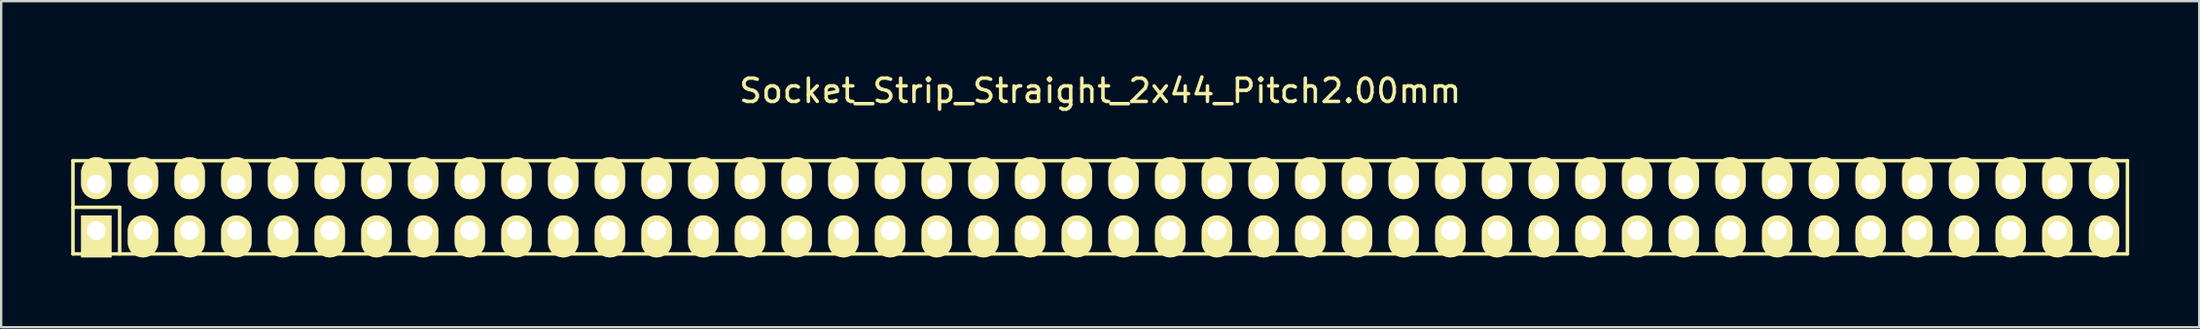
<source format=kicad_pcb>
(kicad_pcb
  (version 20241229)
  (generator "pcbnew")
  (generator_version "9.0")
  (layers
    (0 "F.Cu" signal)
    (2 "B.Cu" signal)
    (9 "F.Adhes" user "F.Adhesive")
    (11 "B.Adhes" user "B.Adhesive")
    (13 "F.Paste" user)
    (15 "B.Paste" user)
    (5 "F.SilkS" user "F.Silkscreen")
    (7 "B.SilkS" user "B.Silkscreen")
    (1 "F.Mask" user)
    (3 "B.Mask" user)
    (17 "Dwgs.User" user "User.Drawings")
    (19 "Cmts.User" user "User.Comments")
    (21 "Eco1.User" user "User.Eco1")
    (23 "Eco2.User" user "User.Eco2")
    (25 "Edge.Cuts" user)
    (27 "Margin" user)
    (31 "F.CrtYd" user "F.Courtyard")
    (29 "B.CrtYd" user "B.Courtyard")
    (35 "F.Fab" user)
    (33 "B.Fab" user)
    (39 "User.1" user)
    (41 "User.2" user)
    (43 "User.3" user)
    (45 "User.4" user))
  (footprint "Socket_Strip_Straight_2x44_Pitch2.00mm"
    (layer "F.Cu")
    (at 44.075 5.848)
    (property "Reference" "Socket_Strip_Straight_2x44_Pitch2.00mm" (at 0 -5 0) (layer "F.SilkS") (effects (font (size 1 1) (thickness 0.15))))
    (attr through_hole)
    (fp_line (start -44 -2) (end 44 -2) (stroke (width 0.15) (type solid)) (layer "F.SilkS"))
    (fp_line (start -44 0) (end -42 0) (stroke (width 0.15) (type solid)) (layer "F.SilkS"))
    (fp_line (start -44 2) (end -44 -2) (stroke (width 0.15) (type solid)) (layer "F.SilkS"))
    (fp_line (start -42 0) (end -42 2) (stroke (width 0.15) (type solid)) (layer "F.SilkS"))
    (fp_line (start 44 -2) (end 44 2) (stroke (width 0.15) (type solid)) (layer "F.SilkS"))
    (fp_line (start 44 2) (end -44 2) (stroke (width 0.15) (type solid)) (layer "F.SilkS"))
    (pad "1" thru_hole rect (at -43 1) (size 1.3 1.8) (drill 0.8 (offset 0 0.25)) (layers "*.Cu" "*.Mask" "F.SilkS"))
    (pad "2" thru_hole oval (at -43 -1) (size 1.3 1.8) (drill 0.8 (offset 0 -0.25)) (layers "*.Cu" "*.Mask" "F.SilkS"))
    (pad "3" thru_hole oval (at -41 1) (size 1.3 1.8) (drill 0.8 (offset 0 0.25)) (layers "*.Cu" "*.Mask" "F.SilkS"))
    (pad "4" thru_hole oval (at -41 -1) (size 1.3 1.8) (drill 0.8 (offset 0 -0.25)) (layers "*.Cu" "*.Mask" "F.SilkS"))
    (pad "5" thru_hole oval (at -39 1) (size 1.3 1.8) (drill 0.8 (offset 0 0.25)) (layers "*.Cu" "*.Mask" "F.SilkS"))
    (pad "6" thru_hole oval (at -39 -1) (size 1.3 1.8) (drill 0.8 (offset 0 -0.25)) (layers "*.Cu" "*.Mask" "F.SilkS"))
    (pad "7" thru_hole oval (at -37 1) (size 1.3 1.8) (drill 0.8 (offset 0 0.25)) (layers "*.Cu" "*.Mask" "F.SilkS"))
    (pad "8" thru_hole oval (at -37 -1) (size 1.3 1.8) (drill 0.8 (offset 0 -0.25)) (layers "*.Cu" "*.Mask" "F.SilkS"))
    (pad "9" thru_hole oval (at -35 1) (size 1.3 1.8) (drill 0.8 (offset 0 0.25)) (layers "*.Cu" "*.Mask" "F.SilkS"))
    (pad "10" thru_hole oval (at -35 -1) (size 1.3 1.8) (drill 0.8 (offset 0 -0.25)) (layers "*.Cu" "*.Mask" "F.SilkS"))
    (pad "11" thru_hole oval (at -33 1) (size 1.3 1.8) (drill 0.8 (offset 0 0.25)) (layers "*.Cu" "*.Mask" "F.SilkS"))
    (pad "12" thru_hole oval (at -33 -1) (size 1.3 1.8) (drill 0.8 (offset 0 -0.25)) (layers "*.Cu" "*.Mask" "F.SilkS"))
    (pad "13" thru_hole oval (at -31 1) (size 1.3 1.8) (drill 0.8 (offset 0 0.25)) (layers "*.Cu" "*.Mask" "F.SilkS"))
    (pad "14" thru_hole oval (at -31 -1) (size 1.3 1.8) (drill 0.8 (offset 0 -0.25)) (layers "*.Cu" "*.Mask" "F.SilkS"))
    (pad "15" thru_hole oval (at -29 1) (size 1.3 1.8) (drill 0.8 (offset 0 0.25)) (layers "*.Cu" "*.Mask" "F.SilkS"))
    (pad "16" thru_hole oval (at -29 -1) (size 1.3 1.8) (drill 0.8 (offset 0 -0.25)) (layers "*.Cu" "*.Mask" "F.SilkS"))
    (pad "17" thru_hole oval (at -27 1) (size 1.3 1.8) (drill 0.8 (offset 0 0.25)) (layers "*.Cu" "*.Mask" "F.SilkS"))
    (pad "18" thru_hole oval (at -27 -1) (size 1.3 1.8) (drill 0.8 (offset 0 -0.25)) (layers "*.Cu" "*.Mask" "F.SilkS"))
    (pad "19" thru_hole oval (at -25 1) (size 1.3 1.8) (drill 0.8 (offset 0 0.25)) (layers "*.Cu" "*.Mask" "F.SilkS"))
    (pad "20" thru_hole oval (at -25 -1) (size 1.3 1.8) (drill 0.8 (offset 0 -0.25)) (layers "*.Cu" "*.Mask" "F.SilkS"))
    (pad "21" thru_hole oval (at -23 1) (size 1.3 1.8) (drill 0.8 (offset 0 0.25)) (layers "*.Cu" "*.Mask" "F.SilkS"))
    (pad "22" thru_hole oval (at -23 -1) (size 1.3 1.8) (drill 0.8 (offset 0 -0.25)) (layers "*.Cu" "*.Mask" "F.SilkS"))
    (pad "23" thru_hole oval (at -21 1) (size 1.3 1.8) (drill 0.8 (offset 0 0.25)) (layers "*.Cu" "*.Mask" "F.SilkS"))
    (pad "24" thru_hole oval (at -21 -1) (size 1.3 1.8) (drill 0.8 (offset 0 -0.25)) (layers "*.Cu" "*.Mask" "F.SilkS"))
    (pad "25" thru_hole oval (at -19 1) (size 1.3 1.8) (drill 0.8 (offset 0 0.25)) (layers "*.Cu" "*.Mask" "F.SilkS"))
    (pad "26" thru_hole oval (at -19 -1) (size 1.3 1.8) (drill 0.8 (offset 0 -0.25)) (layers "*.Cu" "*.Mask" "F.SilkS"))
    (pad "27" thru_hole oval (at -17 1) (size 1.3 1.8) (drill 0.8 (offset 0 0.25)) (layers "*.Cu" "*.Mask" "F.SilkS"))
    (pad "28" thru_hole oval (at -17 -1) (size 1.3 1.8) (drill 0.8 (offset 0 -0.25)) (layers "*.Cu" "*.Mask" "F.SilkS"))
    (pad "29" thru_hole oval (at -15 1) (size 1.3 1.8) (drill 0.8 (offset 0 0.25)) (layers "*.Cu" "*.Mask" "F.SilkS"))
    (pad "30" thru_hole oval (at -15 -1) (size 1.3 1.8) (drill 0.8 (offset 0 -0.25)) (layers "*.Cu" "*.Mask" "F.SilkS"))
    (pad "31" thru_hole oval (at -13 1) (size 1.3 1.8) (drill 0.8 (offset 0 0.25)) (layers "*.Cu" "*.Mask" "F.SilkS"))
    (pad "32" thru_hole oval (at -13 -1) (size 1.3 1.8) (drill 0.8 (offset 0 -0.25)) (layers "*.Cu" "*.Mask" "F.SilkS"))
    (pad "33" thru_hole oval (at -11 1) (size 1.3 1.8) (drill 0.8 (offset 0 0.25)) (layers "*.Cu" "*.Mask" "F.SilkS"))
    (pad "34" thru_hole oval (at -11 -1) (size 1.3 1.8) (drill 0.8 (offset 0 -0.25)) (layers "*.Cu" "*.Mask" "F.SilkS"))
    (pad "35" thru_hole oval (at -9 1) (size 1.3 1.8) (drill 0.8 (offset 0 0.25)) (layers "*.Cu" "*.Mask" "F.SilkS"))
    (pad "36" thru_hole oval (at -9 -1) (size 1.3 1.8) (drill 0.8 (offset 0 -0.25)) (layers "*.Cu" "*.Mask" "F.SilkS"))
    (pad "37" thru_hole oval (at -7 1) (size 1.3 1.8) (drill 0.8 (offset 0 0.25)) (layers "*.Cu" "*.Mask" "F.SilkS"))
    (pad "38" thru_hole oval (at -7 -1) (size 1.3 1.8) (drill 0.8 (offset 0 -0.25)) (layers "*.Cu" "*.Mask" "F.SilkS"))
    (pad "39" thru_hole oval (at -5 1) (size 1.3 1.8) (drill 0.8 (offset 0 0.25)) (layers "*.Cu" "*.Mask" "F.SilkS"))
    (pad "40" thru_hole oval (at -5 -1) (size 1.3 1.8) (drill 0.8 (offset 0 -0.25)) (layers "*.Cu" "*.Mask" "F.SilkS"))
    (pad "41" thru_hole oval (at -3 1) (size 1.3 1.8) (drill 0.8 (offset 0 0.25)) (layers "*.Cu" "*.Mask" "F.SilkS"))
    (pad "42" thru_hole oval (at -3 -1) (size 1.3 1.8) (drill 0.8 (offset 0 -0.25)) (layers "*.Cu" "*.Mask" "F.SilkS"))
    (pad "43" thru_hole oval (at -1 1) (size 1.3 1.8) (drill 0.8 (offset 0 0.25)) (layers "*.Cu" "*.Mask" "F.SilkS"))
    (pad "44" thru_hole oval (at -1 -1) (size 1.3 1.8) (drill 0.8 (offset 0 -0.25)) (layers "*.Cu" "*.Mask" "F.SilkS"))
    (pad "45" thru_hole oval (at 1 1) (size 1.3 1.8) (drill 0.8 (offset 0 0.25)) (layers "*.Cu" "*.Mask" "F.SilkS"))
    (pad "46" thru_hole oval (at 1 -1) (size 1.3 1.8) (drill 0.8 (offset 0 -0.25)) (layers "*.Cu" "*.Mask" "F.SilkS"))
    (pad "47" thru_hole oval (at 3 1) (size 1.3 1.8) (drill 0.8 (offset 0 0.25)) (layers "*.Cu" "*.Mask" "F.SilkS"))
    (pad "48" thru_hole oval (at 3 -1) (size 1.3 1.8) (drill 0.8 (offset 0 -0.25)) (layers "*.Cu" "*.Mask" "F.SilkS"))
    (pad "49" thru_hole oval (at 5 1) (size 1.3 1.8) (drill 0.8 (offset 0 0.25)) (layers "*.Cu" "*.Mask" "F.SilkS"))
    (pad "50" thru_hole oval (at 5 -1) (size 1.3 1.8) (drill 0.8 (offset 0 -0.25)) (layers "*.Cu" "*.Mask" "F.SilkS"))
    (pad "51" thru_hole oval (at 7 1) (size 1.3 1.8) (drill 0.8 (offset 0 0.25)) (layers "*.Cu" "*.Mask" "F.SilkS"))
    (pad "52" thru_hole oval (at 7 -1) (size 1.3 1.8) (drill 0.8 (offset 0 -0.25)) (layers "*.Cu" "*.Mask" "F.SilkS"))
    (pad "53" thru_hole oval (at 9 1) (size 1.3 1.8) (drill 0.8 (offset 0 0.25)) (layers "*.Cu" "*.Mask" "F.SilkS"))
    (pad "54" thru_hole oval (at 9 -1) (size 1.3 1.8) (drill 0.8 (offset 0 -0.25)) (layers "*.Cu" "*.Mask" "F.SilkS"))
    (pad "55" thru_hole oval (at 11 1) (size 1.3 1.8) (drill 0.8 (offset 0 0.25)) (layers "*.Cu" "*.Mask" "F.SilkS"))
    (pad "56" thru_hole oval (at 11 -1) (size 1.3 1.8) (drill 0.8 (offset 0 -0.25)) (layers "*.Cu" "*.Mask" "F.SilkS"))
    (pad "57" thru_hole oval (at 13 1) (size 1.3 1.8) (drill 0.8 (offset 0 0.25)) (layers "*.Cu" "*.Mask" "F.SilkS"))
    (pad "58" thru_hole oval (at 13 -1) (size 1.3 1.8) (drill 0.8 (offset 0 -0.25)) (layers "*.Cu" "*.Mask" "F.SilkS"))
    (pad "59" thru_hole oval (at 15 1) (size 1.3 1.8) (drill 0.8 (offset 0 0.25)) (layers "*.Cu" "*.Mask" "F.SilkS"))
    (pad "60" thru_hole oval (at 15 -1) (size 1.3 1.8) (drill 0.8 (offset 0 -0.25)) (layers "*.Cu" "*.Mask" "F.SilkS"))
    (pad "61" thru_hole oval (at 17 1) (size 1.3 1.8) (drill 0.8 (offset 0 0.25)) (layers "*.Cu" "*.Mask" "F.SilkS"))
    (pad "62" thru_hole oval (at 17 -1) (size 1.3 1.8) (drill 0.8 (offset 0 -0.25)) (layers "*.Cu" "*.Mask" "F.SilkS"))
    (pad "63" thru_hole oval (at 19 1) (size 1.3 1.8) (drill 0.8 (offset 0 0.25)) (layers "*.Cu" "*.Mask" "F.SilkS"))
    (pad "64" thru_hole oval (at 19 -1) (size 1.3 1.8) (drill 0.8 (offset 0 -0.25)) (layers "*.Cu" "*.Mask" "F.SilkS"))
    (pad "65" thru_hole oval (at 21 1) (size 1.3 1.8) (drill 0.8 (offset 0 0.25)) (layers "*.Cu" "*.Mask" "F.SilkS"))
    (pad "66" thru_hole oval (at 21 -1) (size 1.3 1.8) (drill 0.8 (offset 0 -0.25)) (layers "*.Cu" "*.Mask" "F.SilkS"))
    (pad "67" thru_hole oval (at 23 1) (size 1.3 1.8) (drill 0.8 (offset 0 0.25)) (layers "*.Cu" "*.Mask" "F.SilkS"))
    (pad "68" thru_hole oval (at 23 -1) (size 1.3 1.8) (drill 0.8 (offset 0 -0.25)) (layers "*.Cu" "*.Mask" "F.SilkS"))
    (pad "69" thru_hole oval (at 25 1) (size 1.3 1.8) (drill 0.8 (offset 0 0.25)) (layers "*.Cu" "*.Mask" "F.SilkS"))
    (pad "70" thru_hole oval (at 25 -1) (size 1.3 1.8) (drill 0.8 (offset 0 -0.25)) (layers "*.Cu" "*.Mask" "F.SilkS"))
    (pad "71" thru_hole oval (at 27 1) (size 1.3 1.8) (drill 0.8 (offset 0 0.25)) (layers "*.Cu" "*.Mask" "F.SilkS"))
    (pad "72" thru_hole oval (at 27 -1) (size 1.3 1.8) (drill 0.8 (offset 0 -0.25)) (layers "*.Cu" "*.Mask" "F.SilkS"))
    (pad "73" thru_hole oval (at 29 1) (size 1.3 1.8) (drill 0.8 (offset 0 0.25)) (layers "*.Cu" "*.Mask" "F.SilkS"))
    (pad "74" thru_hole oval (at 29 -1) (size 1.3 1.8) (drill 0.8 (offset 0 -0.25)) (layers "*.Cu" "*.Mask" "F.SilkS"))
    (pad "75" thru_hole oval (at 31 1) (size 1.3 1.8) (drill 0.8 (offset 0 0.25)) (layers "*.Cu" "*.Mask" "F.SilkS"))
    (pad "76" thru_hole oval (at 31 -1) (size 1.3 1.8) (drill 0.8 (offset 0 -0.25)) (layers "*.Cu" "*.Mask" "F.SilkS"))
    (pad "77" thru_hole oval (at 33 1) (size 1.3 1.8) (drill 0.8 (offset 0 0.25)) (layers "*.Cu" "*.Mask" "F.SilkS"))
    (pad "78" thru_hole oval (at 33 -1) (size 1.3 1.8) (drill 0.8 (offset 0 -0.25)) (layers "*.Cu" "*.Mask" "F.SilkS"))
    (pad "79" thru_hole oval (at 35 1) (size 1.3 1.8) (drill 0.8 (offset 0 0.25)) (layers "*.Cu" "*.Mask" "F.SilkS"))
    (pad "80" thru_hole oval (at 35 -1) (size 1.3 1.8) (drill 0.8 (offset 0 -0.25)) (layers "*.Cu" "*.Mask" "F.SilkS"))
    (pad "81" thru_hole oval (at 37 1) (size 1.3 1.8) (drill 0.8 (offset 0 0.25)) (layers "*.Cu" "*.Mask" "F.SilkS"))
    (pad "82" thru_hole oval (at 37 -1) (size 1.3 1.8) (drill 0.8 (offset 0 -0.25)) (layers "*.Cu" "*.Mask" "F.SilkS"))
    (pad "83" thru_hole oval (at 39 1) (size 1.3 1.8) (drill 0.8 (offset 0 0.25)) (layers "*.Cu" "*.Mask" "F.SilkS"))
    (pad "84" thru_hole oval (at 39 -1) (size 1.3 1.8) (drill 0.8 (offset 0 -0.25)) (layers "*.Cu" "*.Mask" "F.SilkS"))
    (pad "85" thru_hole oval (at 41 1) (size 1.3 1.8) (drill 0.8 (offset 0 0.25)) (layers "*.Cu" "*.Mask" "F.SilkS"))
    (pad "86" thru_hole oval (at 41 -1) (size 1.3 1.8) (drill 0.8 (offset 0 -0.25)) (layers "*.Cu" "*.Mask" "F.SilkS"))
    (pad "87" thru_hole oval (at 43 1) (size 1.3 1.8) (drill 0.8 (offset 0 0.25)) (layers "*.Cu" "*.Mask" "F.SilkS"))
    (pad "88" thru_hole oval (at 43 -1) (size 1.3 1.8) (drill 0.8 (offset 0 -0.25)) (layers "*.Cu" "*.Mask" "F.SilkS")))
  (gr_rect
    (start -3 -3)
    (end 91.15 10.998)
    (stroke (width 0.1) (type default))
    (fill no)
    (layer "Edge.Cuts")))
</source>
